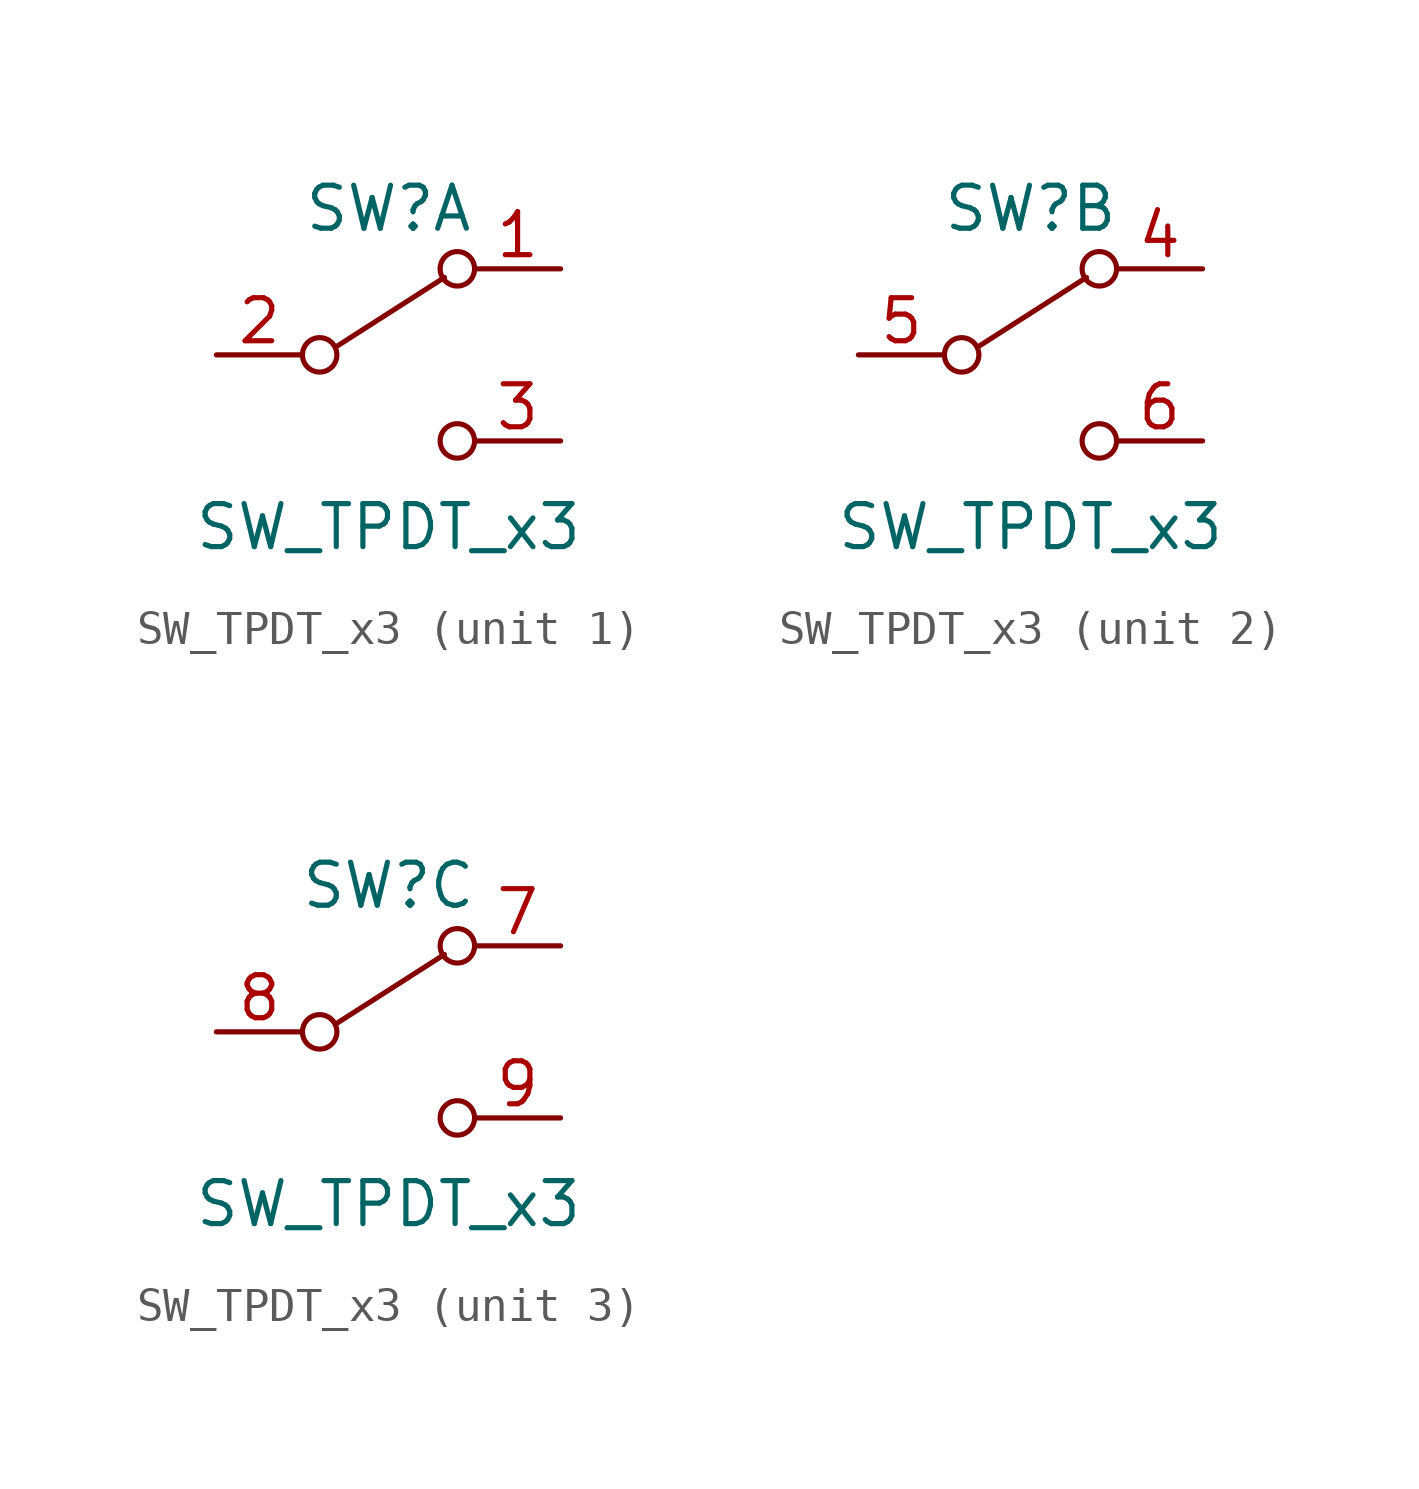
<source format=kicad_sym>
(kicad_symbol_lib
  (version 20220914)
  (generator kicad_symbol_editor)
  (symbol "SW_TPDT_x3"
    (pin_names
      (offset 0) hide)
    (property "Reference" "SW"
      (at 0 4.318 0)
      (effects (font (size 1.27 1.27))))
    (property "Value" "SW_TPDT_x3"
      (at 0 -5.08 0)
      (effects (font (size 1.27 1.27))))
    (symbol "SW_TPDT_x3_0_0"
      (circle (center -2.032 0) (radius 0.508) (stroke (width 0) (type default)) (fill (type none)))
      (circle (center 2.032 -2.54) (radius 0.508) (stroke (width 0) (type default)) (fill (type none))))
    (symbol "SW_TPDT_x3_0_1"
      (polyline (pts (xy -1.524 0.254) (xy 1.651 2.286)) (stroke (width 0) (type default)) (fill (type none)))
      (circle (center 2.032 2.54) (radius 0.508) (stroke (width 0) (type default)) (fill (type none))))
    (symbol "SW_TPDT_x3_1_1"
      (pin passive line (at 5.08 2.54 180) (length 2.54) (name "A" (effects (font (size 1.27 1.27)))) (number "1" (effects (font (size 1.27 1.27)))))
      (pin passive line (at -5.08 0 0) (length 2.54) (name "B" (effects (font (size 1.27 1.27)))) (number "2" (effects (font (size 1.27 1.27)))))
      (pin passive line (at 5.08 -2.54 180) (length 2.54) (name "C" (effects (font (size 1.27 1.27)))) (number "3" (effects (font (size 1.27 1.27))))))
    (symbol "SW_TPDT_x3_2_1"
      (pin passive line (at 5.08 2.54 180) (length 2.54) (name "A" (effects (font (size 1.27 1.27)))) (number "4" (effects (font (size 1.27 1.27)))))
      (pin passive line (at -5.08 0 0) (length 2.54) (name "B" (effects (font (size 1.27 1.27)))) (number "5" (effects (font (size 1.27 1.27)))))
      (pin passive line (at 5.08 -2.54 180) (length 2.54) (name "C" (effects (font (size 1.27 1.27)))) (number "6" (effects (font (size 1.27 1.27))))))
    (symbol "SW_TPDT_x3_3_1"
      (pin passive line (at 5.08 2.54 180) (length 2.54) (name "A" (effects (font (size 1.27 1.27)))) (number "7" (effects (font (size 1.27 1.27)))))
      (pin passive line (at -5.08 0 0) (length 2.54) (name "B" (effects (font (size 1.27 1.27)))) (number "8" (effects (font (size 1.27 1.27)))))
      (pin passive line (at 5.08 -2.54 180) (length 2.54) (name "C" (effects (font (size 1.27 1.27)))) (number "9" (effects (font (size 1.27 1.27))))))))
</source>
